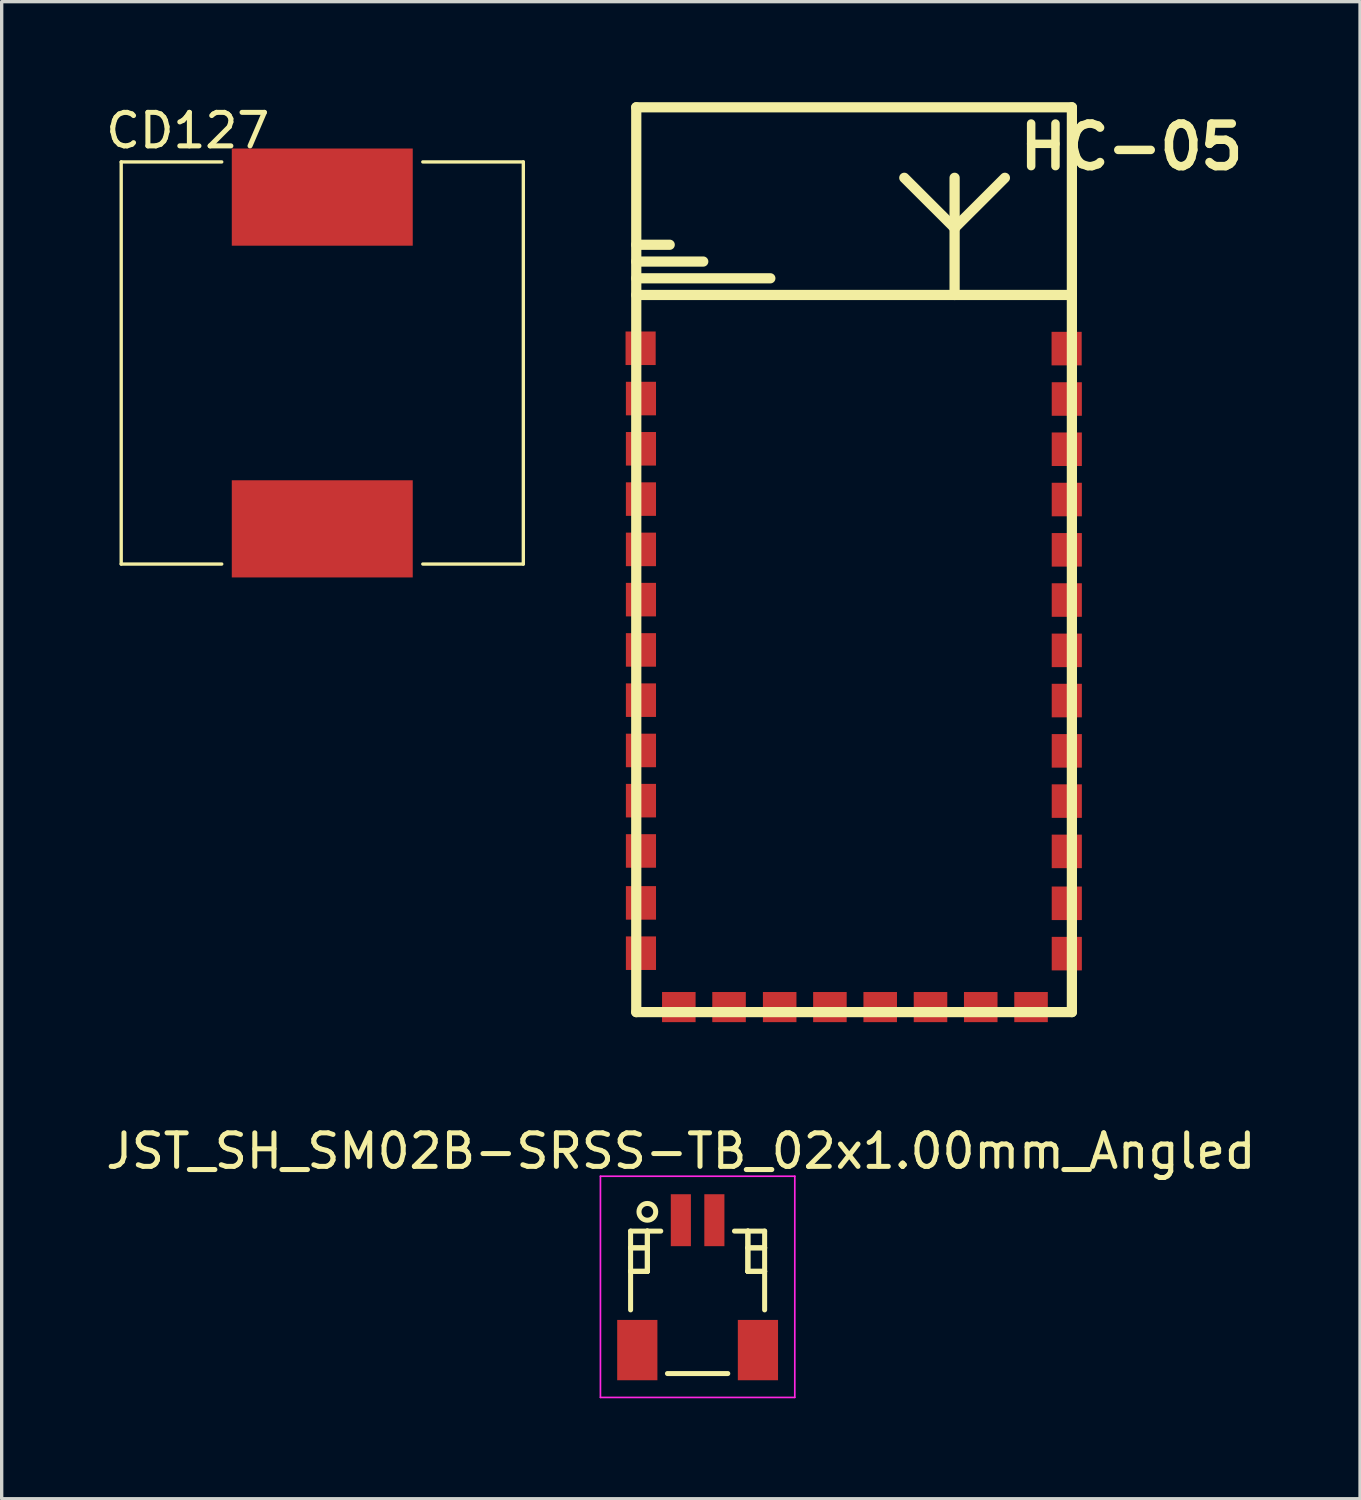
<source format=kicad_pcb>
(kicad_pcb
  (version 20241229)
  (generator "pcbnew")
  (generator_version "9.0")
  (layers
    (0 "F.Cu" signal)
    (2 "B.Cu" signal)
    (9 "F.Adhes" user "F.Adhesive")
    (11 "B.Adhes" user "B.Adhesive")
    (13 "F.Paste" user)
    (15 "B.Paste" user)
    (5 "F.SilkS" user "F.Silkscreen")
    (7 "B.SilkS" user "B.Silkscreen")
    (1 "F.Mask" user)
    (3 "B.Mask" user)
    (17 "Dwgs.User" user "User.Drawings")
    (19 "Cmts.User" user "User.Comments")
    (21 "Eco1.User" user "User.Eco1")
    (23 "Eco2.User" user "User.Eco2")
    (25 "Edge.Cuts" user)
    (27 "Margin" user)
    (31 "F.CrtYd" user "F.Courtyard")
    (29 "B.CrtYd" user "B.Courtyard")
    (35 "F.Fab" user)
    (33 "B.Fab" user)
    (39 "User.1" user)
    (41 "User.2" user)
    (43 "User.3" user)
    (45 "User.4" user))
  (footprint "JST_SH_SM02B-SRSS-TB_02x1.00mm_Angled"
    (layer "F.Cu")
    (at 17.768 35.301)
    (property "Reference" "JST_SH_SM02B-SRSS-TB_02x1.00mm_Angled" (at -0.5 -4 0) (layer "F.SilkS") (effects (font (size 1 1) (thickness 0.15))))
    (attr smd)
    (fp_line (start -2 -1.613) (end -1.1 -1.613) (stroke (width 0.15) (type solid)) (layer "F.SilkS"))
    (fp_line (start -2 -1.113) (end -2 -1.113) (stroke (width 0.15) (type solid)) (layer "F.SilkS"))
    (fp_line (start -2 -1.113) (end -1.5 -1.113) (stroke (width 0.15) (type solid)) (layer "F.SilkS"))
    (fp_line (start -2 -0.412) (end -2 -0.412) (stroke (width 0.15) (type solid)) (layer "F.SilkS"))
    (fp_line (start -2 -0.412) (end -1.5 -0.412) (stroke (width 0.15) (type solid)) (layer "F.SilkS"))
    (fp_line (start -2 0.738) (end -2 -1.613) (stroke (width 0.15) (type solid)) (layer "F.SilkS"))
    (fp_line (start -1.5 -1.613) (end -1.5 -1.613) (stroke (width 0.15) (type solid)) (layer "F.SilkS"))
    (fp_line (start -1.5 -1.613) (end -1.5 -0.412) (stroke (width 0.15) (type solid)) (layer "F.SilkS"))
    (fp_line (start -1.5 -1.113) (end -2 -1.113) (stroke (width 0.15) (type solid)) (layer "F.SilkS"))
    (fp_line (start -1.5 -1.113) (end -1.5 -1.113) (stroke (width 0.15) (type solid)) (layer "F.SilkS"))
    (fp_line (start -1.5 -0.412) (end -2 -0.412) (stroke (width 0.15) (type solid)) (layer "F.SilkS"))
    (fp_line (start -1.5 -0.412) (end -1.5 -1.613) (stroke (width 0.15) (type solid)) (layer "F.SilkS"))
    (fp_line (start -1.5 -0.412) (end -1.5 -0.412) (stroke (width 0.15) (type solid)) (layer "F.SilkS"))
    (fp_line (start -1.5 -0.412) (end -1.5 -0.412) (stroke (width 0.15) (type solid)) (layer "F.SilkS"))
    (fp_line (start -0.9 2.638) (end 0.9 2.638) (stroke (width 0.15) (type solid)) (layer "F.SilkS"))
    (fp_line (start 1.5 -1.613) (end 1.5 -1.613) (stroke (width 0.15) (type solid)) (layer "F.SilkS"))
    (fp_line (start 1.5 -1.613) (end 1.5 -0.412) (stroke (width 0.15) (type solid)) (layer "F.SilkS"))
    (fp_line (start 1.5 -1.113) (end 1.5 -1.113) (stroke (width 0.15) (type solid)) (layer "F.SilkS"))
    (fp_line (start 1.5 -1.113) (end 2 -1.113) (stroke (width 0.15) (type solid)) (layer "F.SilkS"))
    (fp_line (start 1.5 -0.412) (end 1.5 -1.613) (stroke (width 0.15) (type solid)) (layer "F.SilkS"))
    (fp_line (start 1.5 -0.412) (end 1.5 -0.412) (stroke (width 0.15) (type solid)) (layer "F.SilkS"))
    (fp_line (start 1.5 -0.412) (end 1.5 -0.412) (stroke (width 0.15) (type solid)) (layer "F.SilkS"))
    (fp_line (start 1.5 -0.412) (end 2 -0.412) (stroke (width 0.15) (type solid)) (layer "F.SilkS"))
    (fp_line (start 2 -1.613) (end 1.1 -1.613) (stroke (width 0.15) (type solid)) (layer "F.SilkS"))
    (fp_line (start 2 -1.113) (end 1.5 -1.113) (stroke (width 0.15) (type solid)) (layer "F.SilkS"))
    (fp_line (start 2 -1.113) (end 2 -1.113) (stroke (width 0.15) (type solid)) (layer "F.SilkS"))
    (fp_line (start 2 -0.412) (end 1.5 -0.412) (stroke (width 0.15) (type solid)) (layer "F.SilkS"))
    (fp_line (start 2 -0.412) (end 2 -0.412) (stroke (width 0.15) (type solid)) (layer "F.SilkS"))
    (fp_line (start 2 0.738) (end 2 -1.613) (stroke (width 0.15) (type solid)) (layer "F.SilkS"))
    (fp_circle (center -1.5 -2.188) (end -1.25 -2.188) (stroke (width 0.15) (type solid)) (fill no) (layer "F.SilkS"))
    (fp_line (start -2.9 -3.25) (end 2.9 -3.25) (stroke (width 0.05) (type solid)) (layer "F.CrtYd"))
    (fp_line (start -2.9 3.35) (end -2.9 -3.25) (stroke (width 0.05) (type solid)) (layer "F.CrtYd"))
    (fp_line (start 2.9 -3.25) (end 2.9 3.35) (stroke (width 0.05) (type solid)) (layer "F.CrtYd"))
    (fp_line (start 2.9 3.35) (end -2.9 3.35) (stroke (width 0.05) (type solid)) (layer "F.CrtYd"))
    (pad "" smd rect (at -1.8 1.938) (size 1.2 1.8) (layers "F.Cu" "F.Mask" "F.Paste"))
    (pad "" smd rect (at 1.8 1.938) (size 1.2 1.8) (layers "F.Cu" "F.Mask" "F.Paste"))
    (pad "1" smd rect (at -0.5 -1.938) (size 0.6 1.55) (layers "F.Cu" "F.Mask" "F.Paste"))
    (pad "2" smd rect (at 0.5 -1.938) (size 0.6 1.55) (layers "F.Cu" "F.Mask" "F.Paste")))
  (footprint "HC-05"
    (layer "F.Cu")
    (at 28.937 0.254)
    (property "Reference" "HC-05" (at 1.778 1.079 0) (layer "F.SilkS") (effects (font (size 1.27 1.27) (thickness 0.254))))
    (attr through_hole)
    (fp_line (start -13 -0.102) (end -13 26.899) (stroke (width 0.305) (type solid)) (layer "F.SilkS"))
    (fp_line (start -13 -0.102) (end 0 -0.102) (stroke (width 0.305) (type solid)) (layer "F.SilkS"))
    (fp_line (start -13 4) (end -12.002 4) (stroke (width 0.305) (type solid)) (layer "F.SilkS"))
    (fp_line (start -13 4.501) (end -11.001 4.501) (stroke (width 0.305) (type solid)) (layer "F.SilkS"))
    (fp_line (start -13 5.001) (end -8.999 5.001) (stroke (width 0.305) (type solid)) (layer "F.SilkS"))
    (fp_line (start -13 5.499) (end 0 5.499) (stroke (width 0.305) (type solid)) (layer "F.SilkS"))
    (fp_line (start -13 26.899) (end 0 26.899) (stroke (width 0.305) (type solid)) (layer "F.SilkS"))
    (fp_line (start -3.5 2.002) (end -3.5 3.5) (stroke (width 0.305) (type solid)) (layer "F.SilkS"))
    (fp_line (start -3.5 3.5) (end -5.001 2.002) (stroke (width 0.305) (type solid)) (layer "F.SilkS"))
    (fp_line (start -3.5 3.5) (end -1.999 2.002) (stroke (width 0.305) (type solid)) (layer "F.SilkS"))
    (fp_line (start -3.5 5.499) (end -3.5 3.5) (stroke (width 0.305) (type solid)) (layer "F.SilkS"))
    (fp_line (start 0 -0.102) (end 0 26.899) (stroke (width 0.305) (type solid)) (layer "F.SilkS"))
    (pad "1" smd rect (at -12.87 7.089) (size 0.899 1.001) (layers "F.Cu" "F.Mask" "F.Paste"))
    (pad "2" smd rect (at -12.86 8.59) (size 0.899 1.001) (layers "F.Cu" "F.Mask" "F.Paste"))
    (pad "3" smd rect (at -12.86 10.089) (size 0.899 1.001) (layers "F.Cu" "F.Mask" "F.Paste"))
    (pad "4" smd rect (at -12.86 11.59) (size 0.899 1.001) (layers "F.Cu" "F.Mask" "F.Paste"))
    (pad "5" smd rect (at -12.86 13.091) (size 0.899 1.001) (layers "F.Cu" "F.Mask" "F.Paste"))
    (pad "6" smd rect (at -12.86 14.59) (size 0.899 1.001) (layers "F.Cu" "F.Mask" "F.Paste"))
    (pad "7" smd rect (at -12.86 16.091) (size 0.899 1.001) (layers "F.Cu" "F.Mask" "F.Paste"))
    (pad "8" smd rect (at -12.86 17.59) (size 0.899 1.001) (layers "F.Cu" "F.Mask" "F.Paste"))
    (pad "9" smd rect (at -12.86 19.091) (size 0.899 1.001) (layers "F.Cu" "F.Mask" "F.Paste"))
    (pad "10" smd rect (at -12.86 20.589) (size 0.899 1.001) (layers "F.Cu" "F.Mask" "F.Paste"))
    (pad "11" smd rect (at -12.86 22.09) (size 0.899 1.001) (layers "F.Cu" "F.Mask" "F.Paste"))
    (pad "12" smd rect (at -12.86 23.64) (size 0.899 1.001) (layers "F.Cu" "F.Mask" "F.Paste"))
    (pad "13" smd rect (at -12.86 25.141) (size 0.899 1.001) (layers "F.Cu" "F.Mask" "F.Paste"))
    (pad "14" smd rect (at -11.73 26.749) (size 1.001 0.899) (layers "F.Cu" "F.Mask" "F.Paste"))
    (pad "15" smd rect (at -10.231 26.749) (size 1.001 0.899) (layers "F.Cu" "F.Mask" "F.Paste"))
    (pad "16" smd rect (at -8.72 26.749) (size 1.001 0.899) (layers "F.Cu" "F.Mask" "F.Paste"))
    (pad "17" smd rect (at -7.221 26.749) (size 1.001 0.899) (layers "F.Cu" "F.Mask" "F.Paste"))
    (pad "18" smd rect (at -5.72 26.749) (size 1.001 0.899) (layers "F.Cu" "F.Mask" "F.Paste"))
    (pad "19" smd rect (at -4.219 26.749) (size 1.001 0.899) (layers "F.Cu" "F.Mask" "F.Paste"))
    (pad "20" smd rect (at -2.72 26.749) (size 1.001 0.899) (layers "F.Cu" "F.Mask" "F.Paste"))
    (pad "21" smd rect (at -1.219 26.749) (size 1.001 0.899) (layers "F.Cu" "F.Mask" "F.Paste"))
    (pad "22" smd rect (at -0.152 25.154) (size 0.899 1.001) (layers "F.Cu" "F.Mask" "F.Paste"))
    (pad "23" smd rect (at -0.152 23.652) (size 0.899 1.001) (layers "F.Cu" "F.Mask" "F.Paste"))
    (pad "24" smd rect (at -0.152 22.103) (size 0.899 1.001) (layers "F.Cu" "F.Mask" "F.Paste"))
    (pad "25" smd rect (at -0.152 20.602) (size 0.899 1.001) (layers "F.Cu" "F.Mask" "F.Paste"))
    (pad "26" smd rect (at -0.152 19.103) (size 0.899 1.001) (layers "F.Cu" "F.Mask" "F.Paste"))
    (pad "27" smd rect (at -0.152 17.602) (size 0.899 1.001) (layers "F.Cu" "F.Mask" "F.Paste"))
    (pad "28" smd rect (at -0.152 16.104) (size 0.899 1.001) (layers "F.Cu" "F.Mask" "F.Paste"))
    (pad "29" smd rect (at -0.152 14.602) (size 0.899 1.001) (layers "F.Cu" "F.Mask" "F.Paste"))
    (pad "30" smd rect (at -0.152 13.104) (size 0.899 1.001) (layers "F.Cu" "F.Mask" "F.Paste"))
    (pad "31" smd rect (at -0.152 11.603) (size 0.899 1.001) (layers "F.Cu" "F.Mask" "F.Paste"))
    (pad "32" smd rect (at -0.152 10.102) (size 0.899 1.001) (layers "F.Cu" "F.Mask" "F.Paste"))
    (pad "33" smd rect (at -0.152 8.603) (size 0.899 1.001) (layers "F.Cu" "F.Mask" "F.Paste"))
    (pad "34" smd rect (at -0.157 7.099) (size 0.899 1.001) (layers "F.Cu" "F.Mask" "F.Paste")))
  (footprint "CD127"
    (layer "F.Cu")
    (at 6.567 7.782)
    (property "Reference" "CD127" (at -4.013 -6.934 0) (layer "F.SilkS") (effects (font (size 1 1) (thickness 0.15))))
    (attr through_hole)
    (fp_line (start -6 -6) (end -3 -6) (stroke (width 0.1) (type solid)) (layer "F.SilkS"))
    (fp_line (start -6 6) (end -6 -6) (stroke (width 0.1) (type solid)) (layer "F.SilkS"))
    (fp_line (start -6 6) (end -3 6) (stroke (width 0.1) (type solid)) (layer "F.SilkS"))
    (fp_line (start 3 -6) (end 6 -6) (stroke (width 0.1) (type solid)) (layer "F.SilkS"))
    (fp_line (start 3 6) (end 6 6) (stroke (width 0.1) (type solid)) (layer "F.SilkS"))
    (fp_line (start 6 -6) (end 6 6) (stroke (width 0.1) (type solid)) (layer "F.SilkS"))
    (pad "1" smd rect (at 0 -4.95) (size 5.4 2.9) (layers "F.Cu" "F.Mask" "F.Paste"))
    (pad "2" smd rect (at 0 4.95) (size 5.4 2.9) (layers "F.Cu" "F.Mask" "F.Paste")))
  (gr_rect
    (start -3 -3)
    (end 37.536 41.676)
    (stroke (width 0.1) (type default))
    (fill no)
    (layer "Edge.Cuts")))
</source>
